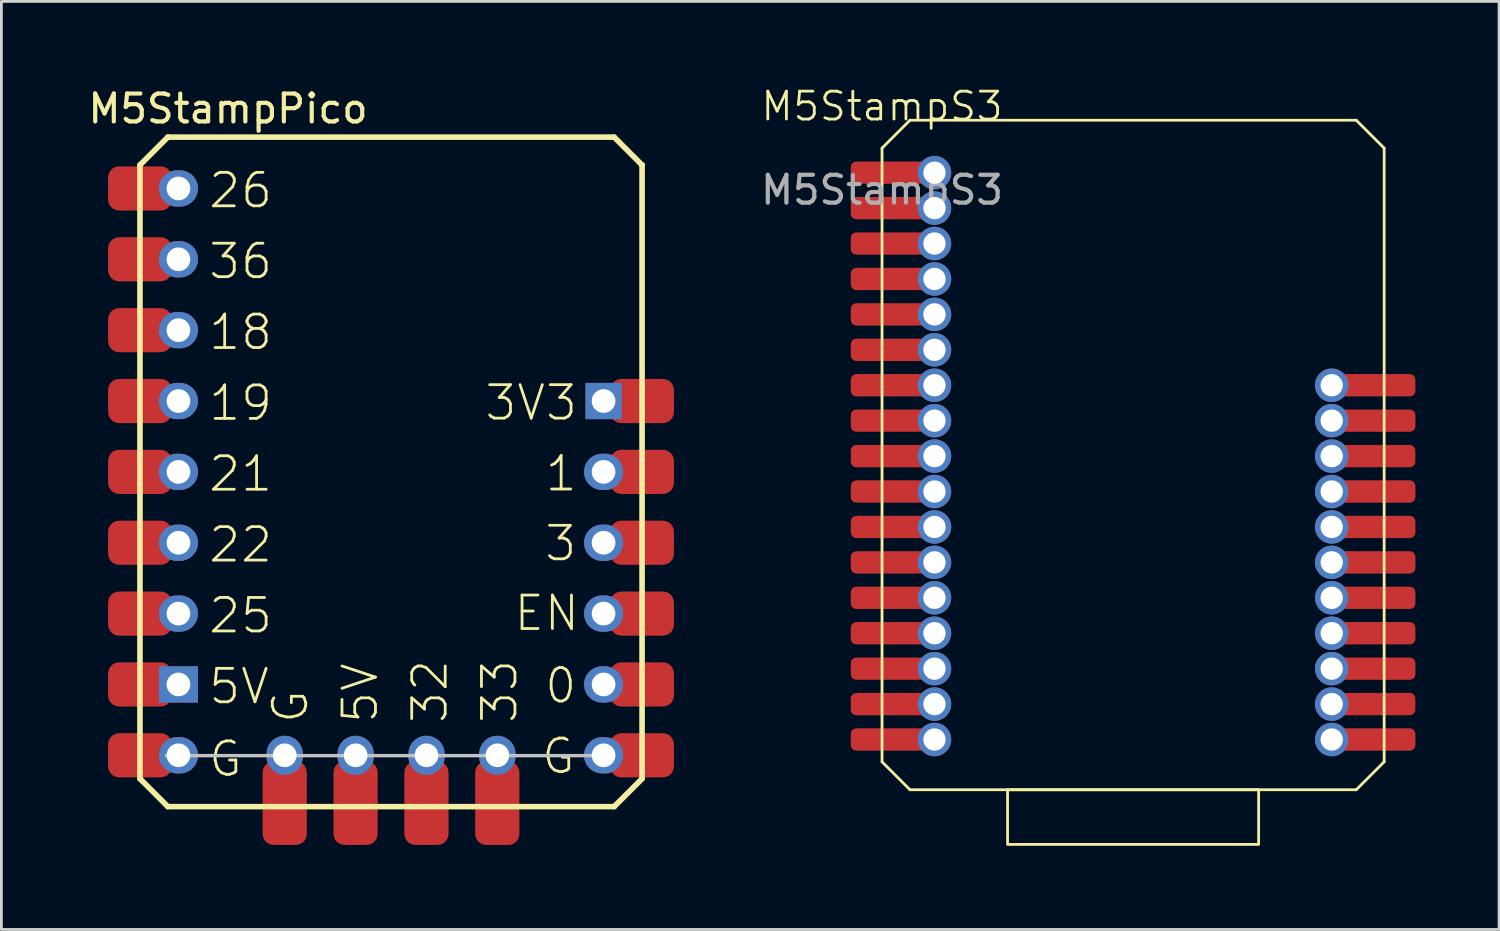
<source format=kicad_pcb>
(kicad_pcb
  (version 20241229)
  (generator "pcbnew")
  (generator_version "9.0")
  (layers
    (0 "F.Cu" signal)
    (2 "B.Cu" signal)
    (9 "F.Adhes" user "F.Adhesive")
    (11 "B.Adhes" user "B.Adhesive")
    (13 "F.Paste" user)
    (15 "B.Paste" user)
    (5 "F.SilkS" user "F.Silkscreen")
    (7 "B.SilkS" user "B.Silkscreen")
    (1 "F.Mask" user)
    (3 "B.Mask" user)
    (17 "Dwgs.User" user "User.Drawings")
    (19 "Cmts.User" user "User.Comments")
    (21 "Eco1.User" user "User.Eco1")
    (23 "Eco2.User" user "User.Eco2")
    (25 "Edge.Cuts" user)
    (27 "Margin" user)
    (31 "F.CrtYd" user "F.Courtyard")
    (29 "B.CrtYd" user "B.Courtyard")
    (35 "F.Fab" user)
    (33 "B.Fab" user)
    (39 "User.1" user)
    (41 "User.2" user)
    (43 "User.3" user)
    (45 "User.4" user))
  (footprint "M5StampS3"
    (layer "F.Cu")
    (at 28.569 1.26)
    (property "Reference" "M5StampS3" (at 0 -0.5 0) (unlocked yes) (layer "F.SilkS") (effects (font (size 1 1) (thickness 0.1))))
    (attr smd)
    (fp_line (start 0 1) (end 1 0) (stroke (width 0.1) (type default)) (layer "F.SilkS"))
    (fp_line (start 0 23) (end 0 1) (stroke (width 0.1) (type default)) (layer "F.SilkS"))
    (fp_line (start 1 0) (end 17 0) (stroke (width 0.1) (type default)) (layer "F.SilkS"))
    (fp_line (start 1 24) (end 0 23) (stroke (width 0.1) (type default)) (layer "F.SilkS"))
    (fp_line (start 17 0) (end 18 1) (stroke (width 0.1) (type default)) (layer "F.SilkS"))
    (fp_line (start 17 24) (end 1 24) (stroke (width 0.1) (type default)) (layer "F.SilkS"))
    (fp_line (start 17 24) (end 18 23) (stroke (width 0.1) (type default)) (layer "F.SilkS"))
    (fp_line (start 18 1) (end 18 23) (stroke (width 0.1) (type default)) (layer "F.SilkS"))
    (fp_rect (start 4.5 24) (end 13.5 25.96) (stroke (width 0.1) (type default)) (fill no) (layer "F.SilkS"))
    (fp_text user "${REFERENCE}" (at 0 2.5 0) (unlocked yes) (layer "F.Fab") (effects (font (size 1 1) (thickness 0.15))))
    (pad "1" smd roundrect (at 0.38 1.88) (size 3 0.8) (layers "F.Cu" "F.Mask" "F.Paste") (roundrect_rratio 0.25))
    (pad "1" thru_hole circle (at 1.88 1.88) (size 1.2 1.2) (drill 0.8) (layers "*.Cu" "*.Mask"))
    (pad "2" smd roundrect (at 0.38 3.15) (size 3 0.8) (layers "F.Cu" "F.Mask" "F.Paste") (roundrect_rratio 0.25))
    (pad "2" thru_hole circle (at 1.88 3.15) (size 1.2 1.2) (drill 0.8) (layers "*.Cu" "*.Mask"))
    (pad "3" smd roundrect (at 0.38 4.42) (size 3 0.8) (layers "F.Cu" "F.Mask" "F.Paste") (roundrect_rratio 0.25))
    (pad "3" thru_hole circle (at 1.88 4.42) (size 1.2 1.2) (drill 0.8) (layers "*.Cu" "*.Mask"))
    (pad "4" smd roundrect (at 0.38 5.69) (size 3 0.8) (layers "F.Cu" "F.Mask" "F.Paste") (roundrect_rratio 0.25))
    (pad "4" thru_hole circle (at 1.88 5.69) (size 1.2 1.2) (drill 0.8) (layers "*.Cu" "*.Mask"))
    (pad "5" smd roundrect (at 0.38 6.96) (size 3 0.8) (layers "F.Cu" "F.Mask" "F.Paste") (roundrect_rratio 0.25))
    (pad "5" thru_hole circle (at 1.88 6.96) (size 1.2 1.2) (drill 0.8) (layers "*.Cu" "*.Mask"))
    (pad "6" smd roundrect (at 0.38 8.23) (size 3 0.8) (layers "F.Cu" "F.Mask" "F.Paste") (roundrect_rratio 0.25))
    (pad "6" thru_hole circle (at 1.88 8.23) (size 1.2 1.2) (drill 0.8) (layers "*.Cu" "*.Mask"))
    (pad "7" smd roundrect (at 0.38 9.5) (size 3 0.8) (layers "F.Cu" "F.Mask" "F.Paste") (roundrect_rratio 0.25))
    (pad "7" thru_hole circle (at 1.88 9.5) (size 1.2 1.2) (drill 0.8) (layers "*.Cu" "*.Mask"))
    (pad "8" smd roundrect (at 0.38 10.77) (size 3 0.8) (layers "F.Cu" "F.Mask" "F.Paste") (roundrect_rratio 0.25))
    (pad "8" thru_hole circle (at 1.88 10.77) (size 1.2 1.2) (drill 0.8) (layers "*.Cu" "*.Mask"))
    (pad "9" smd roundrect (at 0.38 12.04) (size 3 0.8) (layers "F.Cu" "F.Mask" "F.Paste") (roundrect_rratio 0.25))
    (pad "9" thru_hole circle (at 1.88 12.04) (size 1.2 1.2) (drill 0.8) (layers "*.Cu" "*.Mask"))
    (pad "10" smd roundrect (at 0.38 13.31) (size 3 0.8) (layers "F.Cu" "F.Mask" "F.Paste") (roundrect_rratio 0.25))
    (pad "10" thru_hole circle (at 1.88 13.31) (size 1.2 1.2) (drill 0.8) (layers "*.Cu" "*.Mask"))
    (pad "11" smd roundrect (at 0.38 14.58) (size 3 0.8) (layers "F.Cu" "F.Mask" "F.Paste") (roundrect_rratio 0.25))
    (pad "11" thru_hole circle (at 1.88 14.58) (size 1.2 1.2) (drill 0.8) (layers "*.Cu" "*.Mask"))
    (pad "12" smd roundrect (at 0.38 15.85) (size 3 0.8) (layers "F.Cu" "F.Mask" "F.Paste") (roundrect_rratio 0.25))
    (pad "12" thru_hole circle (at 1.88 15.85) (size 1.2 1.2) (drill 0.8) (layers "*.Cu" "*.Mask"))
    (pad "13" smd roundrect (at 0.38 17.12) (size 3 0.8) (layers "F.Cu" "F.Mask" "F.Paste") (roundrect_rratio 0.25))
    (pad "13" thru_hole circle (at 1.88 17.12) (size 1.2 1.2) (drill 0.8) (layers "*.Cu" "*.Mask"))
    (pad "14" smd roundrect (at 0.38 18.39) (size 3 0.8) (layers "F.Cu" "F.Mask" "F.Paste") (roundrect_rratio 0.25))
    (pad "14" thru_hole circle (at 1.88 18.39) (size 1.2 1.2) (drill 0.8) (layers "*.Cu" "*.Mask"))
    (pad "15" smd roundrect (at 0.38 19.66) (size 3 0.8) (layers "F.Cu" "F.Mask" "F.Paste") (roundrect_rratio 0.25))
    (pad "15" thru_hole circle (at 1.88 19.66) (size 1.2 1.2) (drill 0.8) (layers "*.Cu" "*.Mask"))
    (pad "16" smd roundrect (at 0.38 20.93) (size 3 0.8) (layers "F.Cu" "F.Mask" "F.Paste") (roundrect_rratio 0.25))
    (pad "16" thru_hole circle (at 1.88 20.93) (size 1.2 1.2) (drill 0.8) (layers "*.Cu" "*.Mask"))
    (pad "17" smd roundrect (at 0.38 22.2) (size 3 0.8) (layers "F.Cu" "F.Mask" "F.Paste") (roundrect_rratio 0.25))
    (pad "17" thru_hole circle (at 1.88 22.2) (size 1.2 1.2) (drill 0.8) (layers "*.Cu" "*.Mask"))
    (pad "18" thru_hole circle (at 16.12 22.2) (size 1.2 1.2) (drill 0.8) (layers "*.Cu" "*.Mask"))
    (pad "18" smd roundrect (at 17.62 22.2) (size 3 0.8) (layers "F.Cu" "F.Mask" "F.Paste") (roundrect_rratio 0.25))
    (pad "19" thru_hole circle (at 16.12 20.93) (size 1.2 1.2) (drill 0.8) (layers "*.Cu" "*.Mask"))
    (pad "19" smd roundrect (at 17.62 20.93) (size 3 0.8) (layers "F.Cu" "F.Mask" "F.Paste") (roundrect_rratio 0.25))
    (pad "20" thru_hole circle (at 16.12 19.66) (size 1.2 1.2) (drill 0.8) (layers "*.Cu" "*.Mask"))
    (pad "20" smd roundrect (at 17.62 19.66) (size 3 0.8) (layers "F.Cu" "F.Mask" "F.Paste") (roundrect_rratio 0.25))
    (pad "21" thru_hole circle (at 16.12 18.39) (size 1.2 1.2) (drill 0.8) (layers "*.Cu" "*.Mask"))
    (pad "21" smd roundrect (at 17.62 18.39) (size 3 0.8) (layers "F.Cu" "F.Mask" "F.Paste") (roundrect_rratio 0.25))
    (pad "22" thru_hole circle (at 16.12 17.12) (size 1.2 1.2) (drill 0.8) (layers "*.Cu" "*.Mask"))
    (pad "22" smd roundrect (at 17.62 17.12) (size 3 0.8) (layers "F.Cu" "F.Mask" "F.Paste") (roundrect_rratio 0.25))
    (pad "23" thru_hole circle (at 16.12 15.85) (size 1.2 1.2) (drill 0.8) (layers "*.Cu" "*.Mask"))
    (pad "23" smd roundrect (at 17.62 15.85) (size 3 0.8) (layers "F.Cu" "F.Mask" "F.Paste") (roundrect_rratio 0.25))
    (pad "24" thru_hole circle (at 16.12 14.58) (size 1.2 1.2) (drill 0.8) (layers "*.Cu" "*.Mask"))
    (pad "24" smd roundrect (at 17.62 14.58) (size 3 0.8) (layers "F.Cu" "F.Mask" "F.Paste") (roundrect_rratio 0.25))
    (pad "25" thru_hole circle (at 16.12 13.31) (size 1.2 1.2) (drill 0.8) (layers "*.Cu" "*.Mask"))
    (pad "25" smd roundrect (at 17.62 13.31) (size 3 0.8) (layers "F.Cu" "F.Mask" "F.Paste") (roundrect_rratio 0.25))
    (pad "26" thru_hole circle (at 16.12 12.04) (size 1.2 1.2) (drill 0.8) (layers "*.Cu" "*.Mask"))
    (pad "26" smd roundrect (at 17.62 12.04) (size 3 0.8) (layers "F.Cu" "F.Mask" "F.Paste") (roundrect_rratio 0.25))
    (pad "27" thru_hole circle (at 16.12 10.77) (size 1.2 1.2) (drill 0.8) (layers "*.Cu" "*.Mask"))
    (pad "27" smd roundrect (at 17.62 10.77) (size 3 0.8) (layers "F.Cu" "F.Mask" "F.Paste") (roundrect_rratio 0.25))
    (pad "28" thru_hole circle (at 16.12 9.5) (size 1.2 1.2) (drill 0.8) (layers "*.Cu" "*.Mask"))
    (pad "28" smd roundrect (at 17.62 9.5) (size 3 0.8) (layers "F.Cu" "F.Mask" "F.Paste") (roundrect_rratio 0.25)))
  (footprint "M5StampPico"
    (layer "F.Cu")
    (at 10.967 17.866)
    (property "Reference" "M5StampPico" (at -5.842 -17.018 0) (layer "F.SilkS") (effects (font (size 1 1) (thickness 0.15))))
    (attr smd)
    (fp_line (start -9 -15) (end -8 -16) (stroke (width 0.2) (type solid)) (layer "F.SilkS"))
    (fp_line (start -9 7) (end -9 -15) (stroke (width 0.2) (type solid)) (layer "F.SilkS"))
    (fp_line (start -9 7) (end -8 8) (stroke (width 0.2) (type solid)) (layer "F.SilkS"))
    (fp_line (start -8 -16) (end -8 -16) (stroke (width 0.2) (type solid)) (layer "F.SilkS"))
    (fp_line (start -8 -16) (end 8 -16) (stroke (width 0.2) (type solid)) (layer "F.SilkS"))
    (fp_line (start -8 8) (end 8 8) (stroke (width 0.2) (type solid)) (layer "F.SilkS"))
    (fp_line (start 8 -16) (end 9 -15) (stroke (width 0.2) (type solid)) (layer "F.SilkS"))
    (fp_line (start 8 8) (end 9 7) (stroke (width 0.2) (type solid)) (layer "F.SilkS"))
    (fp_line (start 9 -15) (end 9 -15) (stroke (width 0.2) (type solid)) (layer "F.SilkS"))
    (fp_line (start 9 7) (end 9 -15) (stroke (width 0.2) (type solid)) (layer "F.SilkS"))
    (fp_line (start -8.052 6.172) (end 7.976 6.172) (stroke (width 0.12) (type solid)) (layer "Dwgs.User"))
    (fp_text user "18" (at -6.6 -9.008 0) (layer "F.SilkS") (effects (font (size 1.2 1.2) (thickness 0.1)) (justify left)))
    (fp_text user "3V3" (at 3.302 -6.477 0) (layer "F.SilkS") (effects (font (size 1.2 1.2) (thickness 0.1)) (justify left)))
    (fp_text user "19" (at -6.6 -6.468 0) (layer "F.SilkS") (effects (font (size 1.2 1.2) (thickness 0.1)) (justify left)))
    (fp_text user "22" (at -6.6 -1.388 0) (layer "F.SilkS") (effects (font (size 1.2 1.2) (thickness 0.1)) (justify left)))
    (fp_text user "32" (at 1.392 5.08 90) (layer "F.SilkS") (effects (font (size 1.2 1.2) (thickness 0.1)) (justify left)))
    (fp_text user "5V" (at -6.6 3.692 0) (layer "F.SilkS") (effects (font (size 1.2 1.2) (thickness 0.1)) (justify left)))
    (fp_text user "5V" (at -1.108 5.08 90) (layer "F.SilkS") (effects (font (size 1.2 1.2) (thickness 0.1)) (justify left)))
    (fp_text user "G" (at 5.334 6.192 0) (layer "F.SilkS") (effects (font (size 1.2 1.2) (thickness 0.1)) (justify left)))
    (fp_text user "EN" (at 4.346 1.065 0) (layer "F.SilkS") (effects (font (size 1.2 1.2) (thickness 0.1)) (justify left)))
    (fp_text user "0" (at 5.446 3.665 0) (layer "F.SilkS") (effects (font (size 1.2 1.2) (thickness 0.1)) (justify left)))
    (fp_text user "21" (at -6.6 -3.928 0) (layer "F.SilkS") (effects (font (size 1.2 1.2) (thickness 0.1)) (justify left)))
    (fp_text user "25" (at -6.6 1.152 0) (layer "F.SilkS") (effects (font (size 1.2 1.2) (thickness 0.1)) (justify left)))
    (fp_text user "3" (at 5.446 -1.435 0) (layer "F.SilkS") (effects (font (size 1.2 1.2) (thickness 0.1)) (justify left)))
    (fp_text user "26" (at -6.6 -14.088 0) (layer "F.SilkS") (effects (font (size 1.2 1.2) (thickness 0.1)) (justify left)))
    (fp_text user "1" (at 5.461 -3.937 0) (layer "F.SilkS") (effects (font (size 1.2 1.2) (thickness 0.1)) (justify left)))
    (fp_text user "G" (at -6.6 6.292 0) (layer "F.SilkS") (effects (font (size 1.2 1.2) (thickness 0.1)) (justify left)))
    (fp_text user "G" (at -3.608 5.08 90) (layer "F.SilkS") (effects (font (size 1.2 1.2) (thickness 0.1)) (justify left)))
    (fp_text user "36" (at -6.6 -11.548 0) (layer "F.SilkS") (effects (font (size 1.2 1.2) (thickness 0.1)) (justify left)))
    (fp_text user "33" (at 3.892 5.08 90) (layer "F.SilkS") (effects (font (size 1.2 1.2) (thickness 0.1)) (justify left)))
    (pad "1" smd roundrect (at -9 -14.16) (size 2.286 1.584) (layers "F.Cu" "F.Mask" "F.Paste") (roundrect_rratio 0.25))
    (pad "1" thru_hole oval (at -7.62 -14.16) (size 1.4 1.3) (drill 0.85) (layers "*.Cu" "*.Mask"))
    (pad "2" smd roundrect (at -9 -11.62) (size 2.286 1.584) (layers "F.Cu" "F.Mask" "F.Paste") (roundrect_rratio 0.25))
    (pad "2" thru_hole oval (at -7.62 -11.62) (size 1.4 1.3) (drill 0.85) (layers "*.Cu" "*.Mask"))
    (pad "3" smd roundrect (at -9 -9.08) (size 2.286 1.584) (layers "F.Cu" "F.Mask" "F.Paste") (roundrect_rratio 0.25))
    (pad "3" thru_hole oval (at -7.62 -9.08) (size 1.4 1.3) (drill 0.85) (layers "*.Cu" "*.Mask"))
    (pad "4" smd roundrect (at -9 -6.54) (size 2.286 1.584) (layers "F.Cu" "F.Mask" "F.Paste") (roundrect_rratio 0.25))
    (pad "4" thru_hole oval (at -7.62 -6.54) (size 1.4 1.3) (drill 0.85) (layers "*.Cu" "*.Mask"))
    (pad "5" smd roundrect (at -9 -4) (size 2.286 1.584) (layers "F.Cu" "F.Mask" "F.Paste") (roundrect_rratio 0.25))
    (pad "5" thru_hole oval (at -7.62 -4) (size 1.4 1.3) (drill 0.85) (layers "*.Cu" "*.Mask"))
    (pad "6" smd roundrect (at -9 -1.46) (size 2.286 1.584) (layers "F.Cu" "F.Mask" "F.Paste") (roundrect_rratio 0.25))
    (pad "6" thru_hole oval (at -7.62 -1.46) (size 1.4 1.3) (drill 0.85) (layers "*.Cu" "*.Mask"))
    (pad "7" smd roundrect (at -9 1.08) (size 2.286 1.584) (layers "F.Cu" "F.Mask" "F.Paste") (roundrect_rratio 0.25))
    (pad "7" thru_hole oval (at -7.62 1.08) (size 1.4 1.3) (drill 0.85) (layers "*.Cu" "*.Mask"))
    (pad "8" smd roundrect (at -9 3.62) (size 2.286 1.584) (layers "F.Cu" "F.Mask" "F.Paste") (roundrect_rratio 0.25))
    (pad "8" thru_hole rect (at -7.62 3.62) (size 1.4 1.3) (drill 0.85) (layers "*.Cu" "*.Mask"))
    (pad "9" smd roundrect (at -9 6.16) (size 2.286 1.584) (layers "F.Cu" "F.Mask" "F.Paste") (roundrect_rratio 0.25))
    (pad "9" thru_hole oval (at -7.62 6.16) (size 1.4 1.3) (drill 0.85) (layers "*.Cu" "*.Mask"))
    (pad "10" thru_hole oval (at -3.811 6.16 90) (size 1.4 1.3) (drill 0.85) (layers "*.Cu" "*.Mask"))
    (pad "10" smd roundrect (at -3.81 7.874 90) (size 3 1.584) (layers "F.Cu" "F.Mask" "F.Paste") (roundrect_rratio 0.25))
    (pad "11" smd roundrect (at -1.27 7.874 90) (size 3 1.584) (layers "F.Cu" "F.Mask" "F.Paste") (roundrect_rratio 0.25))
    (pad "11" thru_hole oval (at -1.268 6.16 90) (size 1.4 1.3) (drill 0.85) (layers "*.Cu" "*.Mask"))
    (pad "12" smd roundrect (at 1.27 7.874 90) (size 3 1.584) (layers "F.Cu" "F.Mask" "F.Paste") (roundrect_rratio 0.25))
    (pad "12" thru_hole oval (at 1.272 6.16 90) (size 1.4 1.3) (drill 0.85) (layers "*.Cu" "*.Mask"))
    (pad "13" smd roundrect (at 3.81 7.874 90) (size 3 1.584) (layers "F.Cu" "F.Mask" "F.Paste") (roundrect_rratio 0.25))
    (pad "13" thru_hole oval (at 3.812 6.16 90) (size 1.4 1.3) (drill 0.85) (layers "*.Cu" "*.Mask"))
    (pad "14" thru_hole oval (at 7.62 6.16 180) (size 1.4 1.3) (drill 0.85) (layers "*.Cu" "*.Mask"))
    (pad "14" smd roundrect (at 9 6.16) (size 2.286 1.584) (layers "F.Cu" "F.Mask" "F.Paste") (roundrect_rratio 0.25))
    (pad "15" thru_hole oval (at 7.62 3.62 180) (size 1.4 1.3) (drill 0.85) (layers "*.Cu" "*.Mask"))
    (pad "15" smd roundrect (at 9 3.62) (size 2.286 1.584) (layers "F.Cu" "F.Mask" "F.Paste") (roundrect_rratio 0.25))
    (pad "16" thru_hole oval (at 7.62 1.08 180) (size 1.4 1.3) (drill 0.85) (layers "*.Cu" "*.Mask"))
    (pad "16" smd roundrect (at 9 1.08) (size 2.286 1.584) (layers "F.Cu" "F.Mask" "F.Paste") (roundrect_rratio 0.25))
    (pad "17" thru_hole oval (at 7.62 -1.46 180) (size 1.4 1.3) (drill 0.85) (layers "*.Cu" "*.Mask"))
    (pad "17" smd roundrect (at 9 -1.46) (size 2.286 1.584) (layers "F.Cu" "F.Mask" "F.Paste") (roundrect_rratio 0.25))
    (pad "18" thru_hole oval (at 7.62 -4 180) (size 1.4 1.3) (drill 0.85) (layers "*.Cu" "*.Mask"))
    (pad "18" smd roundrect (at 9 -4) (size 2.286 1.584) (layers "F.Cu" "F.Mask" "F.Paste") (roundrect_rratio 0.25))
    (pad "19" thru_hole rect (at 7.62 -6.54 180) (size 1.3 1.3) (drill 0.85) (layers "*.Cu" "*.Mask"))
    (pad "19" smd roundrect (at 9 -6.54) (size 2.286 1.584) (layers "F.Cu" "F.Mask" "F.Paste") (roundrect_rratio 0.25)))
  (gr_rect
    (start -3 -3)
    (end 50.689 30.27)
    (stroke (width 0.1) (type default))
    (fill no)
    (layer "Edge.Cuts")))
</source>
